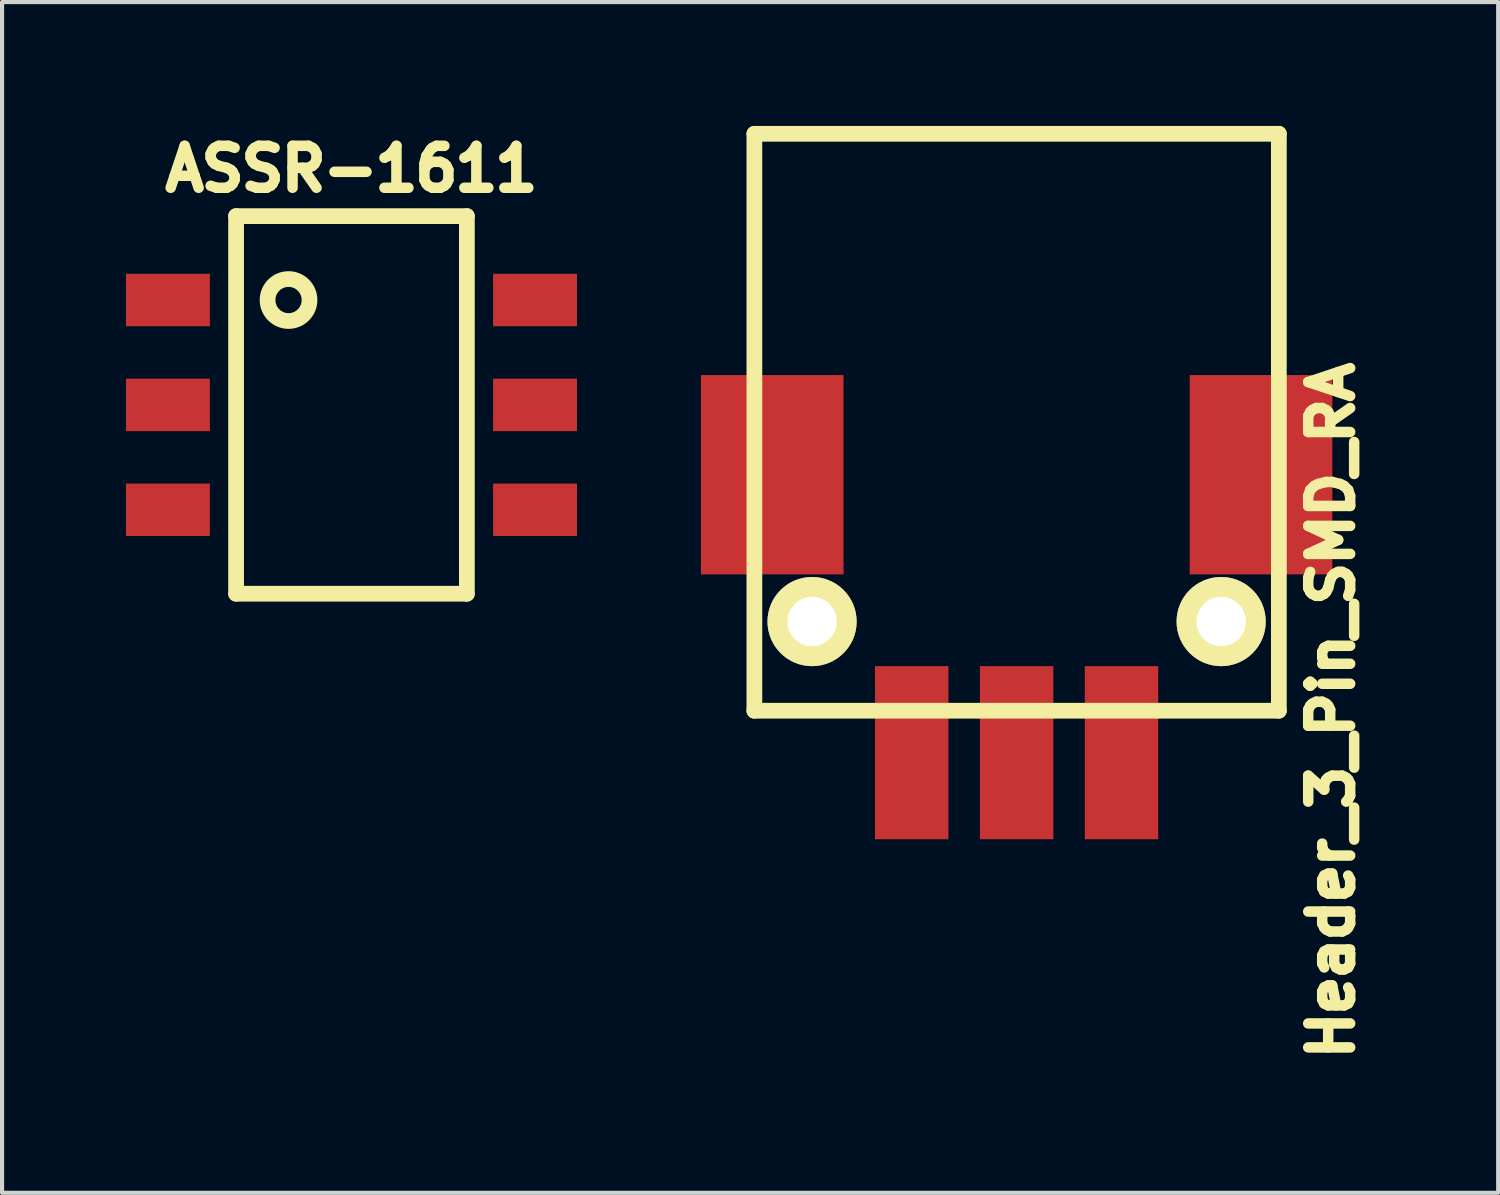
<source format=kicad_pcb>
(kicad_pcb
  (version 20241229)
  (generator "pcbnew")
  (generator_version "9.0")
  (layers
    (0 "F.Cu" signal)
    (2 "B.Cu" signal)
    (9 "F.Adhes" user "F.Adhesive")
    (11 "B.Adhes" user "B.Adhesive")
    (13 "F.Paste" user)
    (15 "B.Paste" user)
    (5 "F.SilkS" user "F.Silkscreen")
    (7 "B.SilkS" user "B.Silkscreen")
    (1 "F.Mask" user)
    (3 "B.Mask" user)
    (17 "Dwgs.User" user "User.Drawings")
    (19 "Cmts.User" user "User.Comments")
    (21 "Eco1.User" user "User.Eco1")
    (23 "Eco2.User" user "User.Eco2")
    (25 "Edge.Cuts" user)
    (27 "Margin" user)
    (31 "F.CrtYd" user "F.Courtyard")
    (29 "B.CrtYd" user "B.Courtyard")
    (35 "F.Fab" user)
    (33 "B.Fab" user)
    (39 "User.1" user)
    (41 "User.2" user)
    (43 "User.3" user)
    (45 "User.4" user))
  (footprint "ASSR-1611"
    (layer "F.Cu")
    (at 5.461 6.755)
    (property "Reference" "ASSR-1611" (at 0 -5.715 0) (layer "F.SilkS") (effects (font (size 1.016 1.016) (thickness 0.254))))
    (attr through_hole)
    (fp_line (start -2.794 -4.572) (end -2.794 4.572) (stroke (width 0.381) (type solid)) (layer "F.SilkS"))
    (fp_line (start -2.794 4.572) (end 2.794 4.572) (stroke (width 0.381) (type solid)) (layer "F.SilkS"))
    (fp_line (start 2.794 -4.572) (end -2.794 -4.572) (stroke (width 0.381) (type solid)) (layer "F.SilkS"))
    (fp_line (start 2.794 4.572) (end 2.794 -4.572) (stroke (width 0.381) (type solid)) (layer "F.SilkS"))
    (fp_circle (center -1.524 -2.54) (end -1.524 -3.048) (stroke (width 0.381) (type solid)) (fill no) (layer "F.SilkS"))
    (pad "1" smd rect (at -4.445 -2.54) (size 2.032 1.27) (layers "F.Cu" "F.Mask" "F.Paste"))
    (pad "2" smd rect (at -4.445 0) (size 2.032 1.27) (layers "F.Cu" "F.Mask" "F.Paste"))
    (pad "3" smd rect (at -4.445 2.54) (size 2.032 1.27) (layers "F.Cu" "F.Mask" "F.Paste"))
    (pad "4" smd rect (at 4.445 2.54) (size 2.032 1.27) (layers "F.Cu" "F.Mask" "F.Paste"))
    (pad "5" smd rect (at 4.445 0) (size 2.032 1.27) (layers "F.Cu" "F.Mask" "F.Paste"))
    (pad "6" smd rect (at 4.445 -2.54) (size 2.032 1.27) (layers "F.Cu" "F.Mask" "F.Paste")))
  (footprint "Header_3_Pin_SMD_RA"
    (layer "F.Cu")
    (at 21.567 8.445)
    (property "Reference" "Header_3_Pin_SMD_RA" (at 7.62 5.715 270) (layer "F.SilkS") (effects (font (size 1.016 1.016) (thickness 0.254))))
    (attr through_hole)
    (fp_line (start -6.35 -8.255) (end -6.35 5.715) (stroke (width 0.381) (type solid)) (layer "F.SilkS"))
    (fp_line (start -6.35 -8.255) (end 6.35 -8.255) (stroke (width 0.381) (type solid)) (layer "F.SilkS"))
    (fp_line (start -6.35 5.715) (end 6.35 5.715) (stroke (width 0.381) (type solid)) (layer "F.SilkS"))
    (fp_line (start 6.35 -8.255) (end 6.35 5.715) (stroke (width 0.381) (type solid)) (layer "F.SilkS"))
    (pad "" smd rect (at -5.918 0) (size 3.454 4.826) (layers "F.Cu" "F.Mask" "F.Paste"))
    (pad "" thru_hole circle (at -4.953 3.556) (size 2.159 2.159) (drill 1.194) (layers "*.Cu" "*.Mask" "F.SilkS"))
    (pad "" thru_hole circle (at 4.953 3.556) (size 2.159 2.159) (drill 1.194) (layers "*.Cu" "*.Mask" "F.SilkS"))
    (pad "" smd rect (at 5.918 0) (size 3.454 4.826) (layers "F.Cu" "F.Mask" "F.Paste"))
    (pad "1" smd rect (at -2.54 6.731) (size 1.778 4.191) (layers "F.Cu" "F.Mask" "F.Paste"))
    (pad "2" smd rect (at 0 6.731) (size 1.778 4.191) (layers "F.Cu" "F.Mask" "F.Paste"))
    (pad "3" smd rect (at 2.54 6.731) (size 1.778 4.191) (layers "F.Cu" "F.Mask" "F.Paste")))
  (gr_rect
    (start -3 -3)
    (end 33.228 25.834)
    (stroke (width 0.1) (type default))
    (fill no)
    (layer "Edge.Cuts")))
</source>
